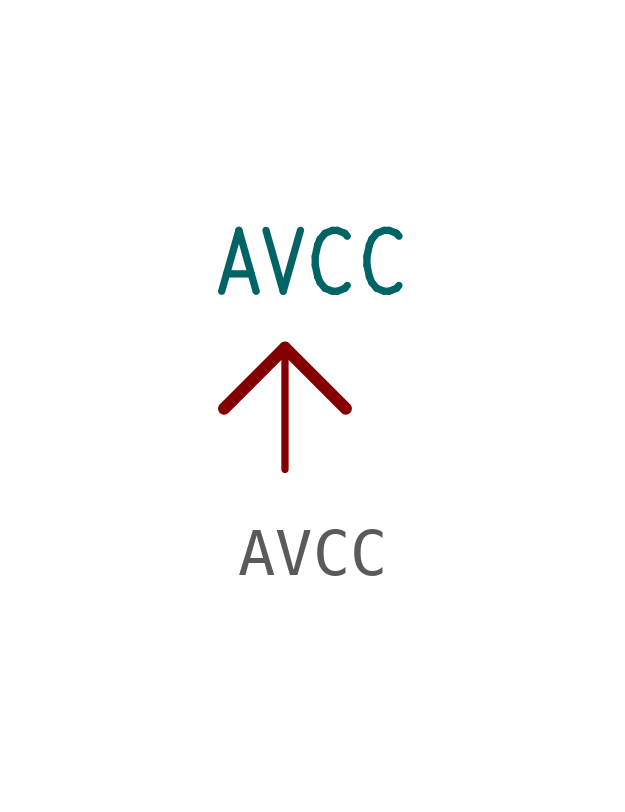
<source format=kicad_sym>
(kicad_symbol_lib
  (version 20211014)
  (generator kicad_symbol_editor)
  (symbol "AVCC"
    (power)
    (property "Reference" ""
      (at 0 0 0)
      (effects (font (size 1.27 1.27)) hide))
    (property "Value" "AVCC"
      (at -1.524 1.016 0)
      (effects (font (size 1.27 1.079)) (justify left bottom)))
    (property "ki_locked" ""
      (at 0 0 0)
      (effects (font (size 1.27 1.27))))
    (symbol "AVCC_1_0"
      (polyline (pts (xy -1.27 -1.27) (xy 0 0)) (stroke (width 0.254) (type default) (color 0 0 0 0)) (fill (type none)))
      (polyline (pts (xy 0 0) (xy 1.27 -1.27)) (stroke (width 0.254) (type default) (color 0 0 0 0)) (fill (type none)))
      (pin power_in line (at 0 -2.54 90) (length 2.54) (name "AVCC" (effects (font (size 0 0)))) (number "1" (effects (font (size 0 0))))))))
</source>
